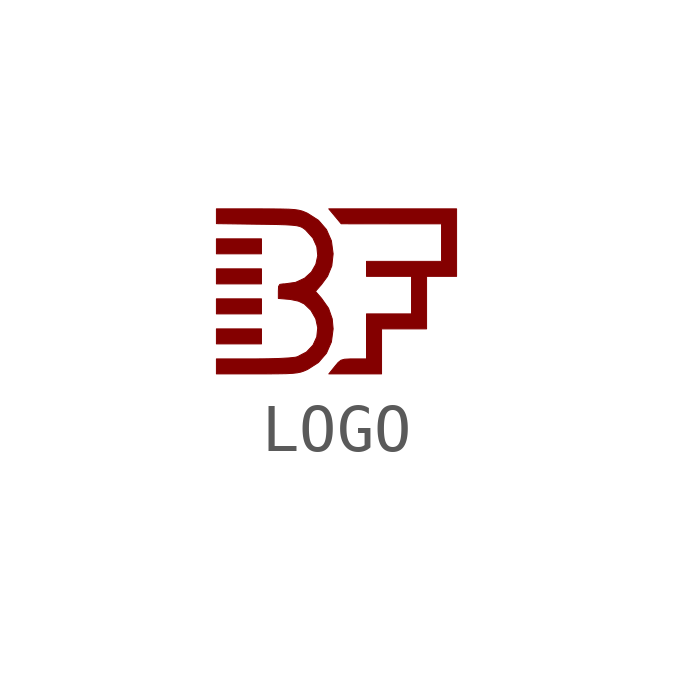
<source format=kicad_sym>
(kicad_symbol_lib
  (version 20220914)
  (generator "bitmap2component")
  (generator_version "9.0")
  (symbol "LOGO"
    (pin_names
      (offset 1.016))
    (property "Reference" "#G"
      (at 0 1.084 0)
      (effects (font (size 1.27 1.27)) hide))
    (symbol "LOGO_0_0"
      (polyline (pts (xy -1.651 -1.719) (xy -1.464 -1.719) (xy -1.226 -1.717) (xy -1.047 -1.714) (xy -0.914 -1.707) (xy -0.816 -1.696) (xy -0.739 -1.68) (xy -0.673 -1.657) (xy -0.604 -1.627) (xy -0.604 -1.627) (xy -0.376 -1.481) (xy -0.209 -1.288) (xy -0.106 -1.053) (xy -0.07 -0.781) (xy -0.089 -0.573) (xy -0.166 -0.351) (xy -0.312 -0.144) (xy -0.438 0.000100) (xy -0.312 0.144) (xy -0.187 0.314) (xy -0.098 0.531) (xy -0.07 0.782) (xy -0.07 0.782) (xy -0.106 1.053) (xy -0.209 1.288) (xy -0.376 1.481) (xy -0.604 1.627) (xy -0.649 1.647) (xy -0.715 1.673) (xy -0.786 1.691) (xy -0.875 1.704) (xy -0.994 1.712) (xy -1.155 1.716) (xy -1.37 1.718) (xy -1.651 1.719) (xy -2.501 1.719) (xy -2.501 1.565) (xy -2.501 1.411) (xy -1.644 1.399) (xy -1.495 1.397) (xy -1.248 1.393) (xy -1.062 1.387) (xy -0.927 1.379) (xy -0.832 1.368) (xy -0.766 1.353) (xy -0.718 1.333) (xy -0.677 1.306) (xy -0.64 1.276) (xy -0.492 1.112) (xy -0.41 0.931) (xy -0.391 0.744) (xy -0.43 0.565) (xy -0.522 0.404) (xy -0.664 0.275) (xy -0.852 0.188) (xy -1.081 0.156) (xy -1.11 0.156) (xy -1.18 0.146) (xy -1.207 0.103) (xy -1.211 0.005) (xy -1.211 -0.147) (xy -0.995 -0.165) (xy -0.962 -0.168) (xy -0.794 -0.203) (xy -0.672 -0.261) (xy -0.534 -0.393) (xy -0.432 -0.571) (xy -0.391 -0.76) (xy -0.411 -0.948) (xy -0.49 -1.12) (xy -0.626 -1.263) (xy -0.817 -1.362) (xy -0.858 -1.372) (xy -0.988 -1.386) (xy -1.182 -1.397) (xy -1.431 -1.404) (xy -1.725 -1.407) (xy -2.501 -1.407) (xy -2.501 -1.563) (xy -2.501 -1.719) (xy -1.651 -1.719)) (stroke (width 0.01) (type default)) (fill (type outline)))
      (polyline (pts (xy 0.938 -1.25) (xy 0.938 -0.781) (xy 1.407 -0.781) (xy 1.876 -0.781) (xy 1.876 -0.234) (xy 1.876 0.313) (xy 2.188 0.313) (xy 2.501 0.313) (xy 2.501 1.016) (xy 2.501 1.719) (xy 1.17 1.719) (xy -0.161 1.719) (xy -0.032 1.564) (xy 0.098 1.408) (xy 1.143 1.407) (xy 2.188 1.407) (xy 2.188 1.016) (xy 2.188 0.625) (xy 1.407 0.625) (xy 0.625 0.625) (xy 0.625 0.469) (xy 0.625 0.313) (xy 1.094 0.313) (xy 1.563 0.313) (xy 1.563 -0.078) (xy 1.563 -0.469) (xy 1.094 -0.469) (xy 0.625 -0.469) (xy 0.625 -0.938) (xy 0.625 -1.407) (xy 0.358 -1.407) (xy 0.282 -1.407) (xy 0.168 -1.413) (xy 0.094 -1.434) (xy 0.035 -1.48) (xy -0.034 -1.563) (xy -0.16 -1.719) (xy 0.389 -1.719) (xy 0.938 -1.719) (xy 0.938 -1.25)) (stroke (width 0.01) (type default)) (fill (type outline)))
      (polyline (pts (xy -1.563 -0.938) (xy -1.563 -0.781) (xy -2.032 -0.781) (xy -2.501 -0.781) (xy -2.501 -0.938) (xy -2.501 -1.094) (xy -2.032 -1.094) (xy -1.563 -1.094) (xy -1.563 -0.938)) (stroke (width 0.01) (type default)) (fill (type outline)))
      (polyline (pts (xy -1.563 -0.313) (xy -1.563 -0.156) (xy -2.032 -0.156) (xy -2.501 -0.156) (xy -2.501 -0.313) (xy -2.501 -0.469) (xy -2.032 -0.469) (xy -1.563 -0.469) (xy -1.563 -0.313)) (stroke (width 0.01) (type default)) (fill (type outline)))
      (polyline (pts (xy -1.563 0.313) (xy -1.563 0.469) (xy -2.032 0.469) (xy -2.501 0.469) (xy -2.501 0.313) (xy -2.501 0.156) (xy -2.032 0.156) (xy -1.563 0.156) (xy -1.563 0.313)) (stroke (width 0.01) (type default)) (fill (type outline)))
      (polyline (pts (xy -1.563 0.938) (xy -1.563 1.094) (xy -2.032 1.094) (xy -2.501 1.094) (xy -2.501 0.938) (xy -2.501 0.782) (xy -2.032 0.782) (xy -1.563 0.782) (xy -1.563 0.938)) (stroke (width 0.01) (type default)) (fill (type outline))))))
</source>
